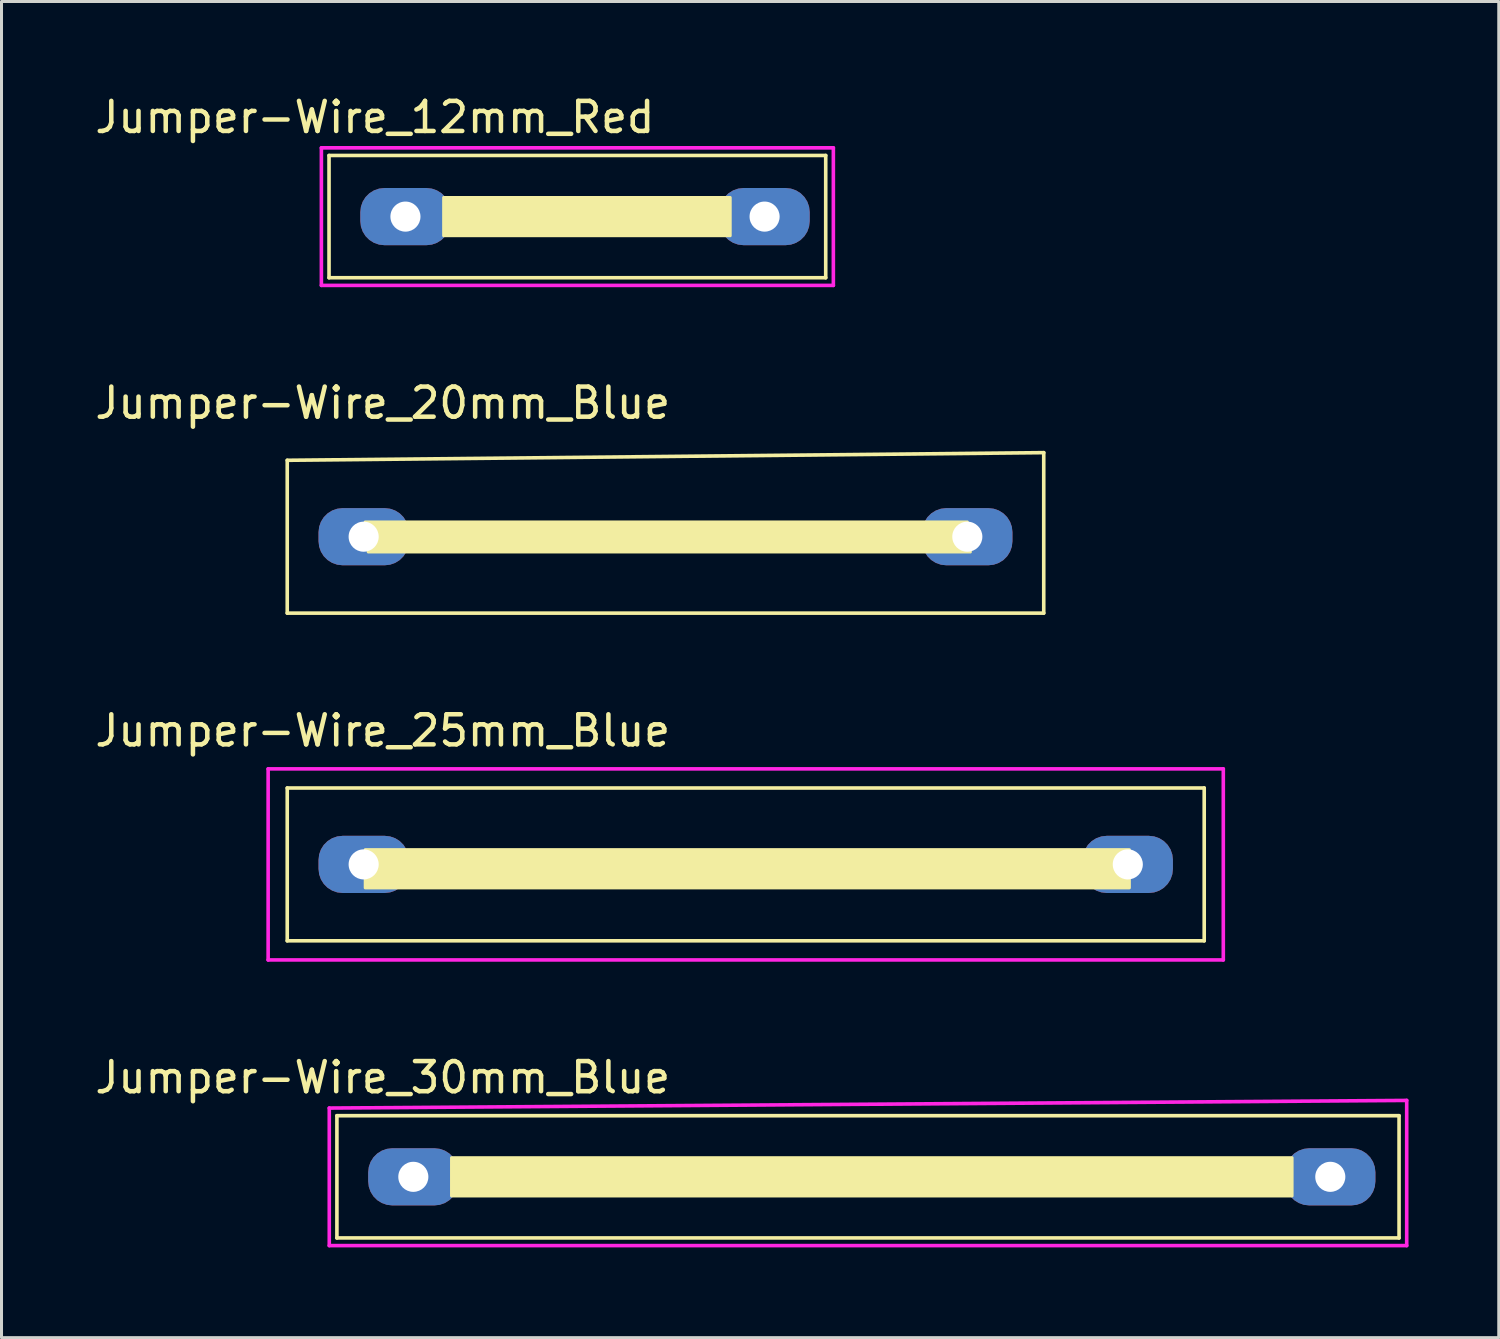
<source format=kicad_pcb>
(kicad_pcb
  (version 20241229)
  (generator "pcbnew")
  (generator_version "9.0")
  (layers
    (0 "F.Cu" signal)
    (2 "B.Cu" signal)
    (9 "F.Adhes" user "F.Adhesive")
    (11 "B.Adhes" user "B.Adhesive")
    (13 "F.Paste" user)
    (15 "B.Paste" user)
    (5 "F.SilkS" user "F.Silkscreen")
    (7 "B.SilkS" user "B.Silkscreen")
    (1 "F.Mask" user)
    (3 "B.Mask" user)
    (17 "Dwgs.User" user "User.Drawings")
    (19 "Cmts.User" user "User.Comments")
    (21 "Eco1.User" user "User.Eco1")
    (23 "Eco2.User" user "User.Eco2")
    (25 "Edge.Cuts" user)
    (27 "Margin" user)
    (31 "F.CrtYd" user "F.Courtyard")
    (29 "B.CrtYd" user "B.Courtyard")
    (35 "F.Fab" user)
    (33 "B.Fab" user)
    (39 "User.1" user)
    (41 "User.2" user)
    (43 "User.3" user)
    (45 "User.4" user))
  (footprint "Jumper-Wire_20mm_Blue"
    (layer "F.Cu")
    (at 9.038 14.79)
    (property "Reference" "Jumper-Wire_20mm_Blue" (at 0.635 -4.445 0) (layer "F.SilkS") (effects (font (size 1 1) (thickness 0.15))))
    (attr through_hole)
    (fp_line (start -2.54 -2.54) (end 22.606 -2.794) (stroke (width 0.12) (type solid)) (layer "F.SilkS"))
    (fp_line (start -2.54 2.54) (end -2.54 -2.54) (stroke (width 0.12) (type solid)) (layer "F.SilkS"))
    (fp_line (start 22.606 -2.794) (end 22.606 2.54) (stroke (width 0.12) (type solid)) (layer "F.SilkS"))
    (fp_line (start 22.606 2.54) (end -2.54 2.54) (stroke (width 0.12) (type solid)) (layer "F.SilkS"))
    (fp_poly (pts (xy 20.167 0.508) (xy 0.153 0.508) (xy 0.052 -0.49) (xy 20.066 -0.49)) (stroke (width 0.1) (type solid)) (fill yes) (layer "F.SilkS"))
    (pad "1" thru_hole roundrect (at 0 0) (size 3 1.9) (drill 1) (layers "B.Cu") (roundrect_rratio 0.421))
    (pad "2" thru_hole roundrect (at 20.066 0) (size 3 1.9) (drill 1) (layers "B.Cu") (roundrect_rratio 0.421)))
  (footprint "Jumper-Wire_25mm_Blue"
    (layer "F.Cu")
    (at 9.038 25.683)
    (property "Reference" "Jumper-Wire_25mm_Blue" (at 0.635 -4.445 0) (layer "F.SilkS") (effects (font (size 1 1) (thickness 0.15))))
    (attr through_hole)
    (fp_line (start -2.54 -2.54) (end 27.94 -2.54) (stroke (width 0.12) (type solid)) (layer "F.SilkS"))
    (fp_line (start -2.54 2.54) (end -2.54 -2.54) (stroke (width 0.12) (type solid)) (layer "F.SilkS"))
    (fp_line (start 27.94 -2.54) (end 27.94 2.54) (stroke (width 0.12) (type solid)) (layer "F.SilkS"))
    (fp_line (start 27.94 2.54) (end -2.54 2.54) (stroke (width 0.12) (type solid)) (layer "F.SilkS"))
    (fp_poly (pts (xy 25.452 0.78) (xy 0.052 0.78) (xy 0.052 -0.49) (xy 25.452 -0.49)) (stroke (width 0.1) (type solid)) (fill yes) (layer "F.SilkS"))
    (fp_line (start -3.175 -3.175) (end 28.575 -3.175) (stroke (width 0.12) (type solid)) (layer "F.CrtYd"))
    (fp_line (start -3.175 3.175) (end -3.175 -3.175) (stroke (width 0.12) (type solid)) (layer "F.CrtYd"))
    (fp_line (start 28.575 -3.175) (end 28.575 3.175) (stroke (width 0.12) (type solid)) (layer "F.CrtYd"))
    (fp_line (start 28.575 3.175) (end -3.175 3.175) (stroke (width 0.12) (type solid)) (layer "F.CrtYd"))
    (pad "1" thru_hole roundrect (at 0 0) (size 3 1.9) (drill 1) (layers "B.Cu") (roundrect_rratio 0.421))
    (pad "2" thru_hole roundrect (at 25.4 0) (size 3 1.9) (drill 1) (layers "B.Cu") (roundrect_rratio 0.421)))
  (footprint "Jumper-Wire_30mm_Blue"
    (layer "F.Cu")
    (at 10.689 36.068)
    (property "Reference" "Jumper-Wire_30mm_Blue" (at -1.016 -3.302 0) (layer "F.SilkS") (effects (font (size 1 1) (thickness 0.15))))
    (attr through_hole)
    (fp_line (start -2.54 -2.032) (end 32.766 -2.032) (stroke (width 0.12) (type solid)) (layer "F.SilkS"))
    (fp_line (start -2.54 2.032) (end -2.54 -2.032) (stroke (width 0.12) (type solid)) (layer "F.SilkS"))
    (fp_line (start 32.766 -2.032) (end 32.766 2.032) (stroke (width 0.12) (type solid)) (layer "F.SilkS"))
    (fp_line (start 32.766 2.032) (end -2.54 2.032) (stroke (width 0.12) (type solid)) (layer "F.SilkS"))
    (fp_poly (pts (xy 29.21 0.635) (xy 1.27 0.635) (xy 1.27 -0.635) (xy 29.21 -0.635)) (stroke (width 0.1) (type solid)) (fill yes) (layer "F.SilkS"))
    (fp_line (start -2.794 -2.286) (end 33.02 -2.54) (stroke (width 0.12) (type solid)) (layer "F.CrtYd"))
    (fp_line (start -2.794 2.286) (end -2.794 -2.286) (stroke (width 0.12) (type solid)) (layer "F.CrtYd"))
    (fp_line (start 33.02 -2.54) (end 33.02 2.286) (stroke (width 0.12) (type solid)) (layer "F.CrtYd"))
    (fp_line (start 33.02 2.286) (end -2.794 2.286) (stroke (width 0.12) (type solid)) (layer "F.CrtYd"))
    (pad "1" thru_hole roundrect (at 0 0) (size 3 1.9) (drill 1) (layers "B.Cu") (roundrect_rratio 0.421))
    (pad "2" thru_hole roundrect (at 30.48 0) (size 3 1.9) (drill 1) (layers "B.Cu") (roundrect_rratio 0.421)))
  (footprint "Jumper-Wire_12mm_Red"
    (layer "F.Cu")
    (at 10.427 4.15)
    (property "Reference" "Jumper-Wire_12mm_Red" (at -1.016 -3.302 0) (layer "F.SilkS") (effects (font (size 1 1) (thickness 0.15))))
    (attr through_hole)
    (fp_line (start -2.54 -2.032) (end 13.97 -2.032) (stroke (width 0.12) (type solid)) (layer "F.SilkS"))
    (fp_line (start -2.54 2.032) (end -2.54 -2.032) (stroke (width 0.12) (type solid)) (layer "F.SilkS"))
    (fp_line (start 13.97 -2.032) (end 13.97 2.032) (stroke (width 0.12) (type solid)) (layer "F.SilkS"))
    (fp_line (start 13.97 2.032) (end -2.54 2.032) (stroke (width 0.12) (type solid)) (layer "F.SilkS"))
    (fp_poly (pts (xy 10.795 0.635) (xy 1.27 0.635) (xy 1.27 -0.635) (xy 10.795 -0.635)) (stroke (width 0.1) (type solid)) (fill yes) (layer "F.SilkS"))
    (fp_line (start -2.794 -2.286) (end 14.224 -2.286) (stroke (width 0.12) (type solid)) (layer "F.CrtYd"))
    (fp_line (start -2.794 2.286) (end -2.794 -2.286) (stroke (width 0.12) (type solid)) (layer "F.CrtYd"))
    (fp_line (start 14.224 -2.286) (end 14.224 2.286) (stroke (width 0.12) (type solid)) (layer "F.CrtYd"))
    (fp_line (start 14.224 2.286) (end -2.794 2.286) (stroke (width 0.12) (type solid)) (layer "F.CrtYd"))
    (pad "1" thru_hole roundrect (at 0 0) (size 3 1.9) (drill 1) (layers "B.Cu") (roundrect_rratio 0.421))
    (pad "2" thru_hole roundrect (at 11.938 0) (size 3 1.9) (drill 1) (layers "B.Cu") (roundrect_rratio 0.421)))
  (gr_rect
    (start -3 -3)
    (end 46.769 41.414)
    (stroke (width 0.1) (type default))
    (fill no)
    (layer "Edge.Cuts")))
</source>
